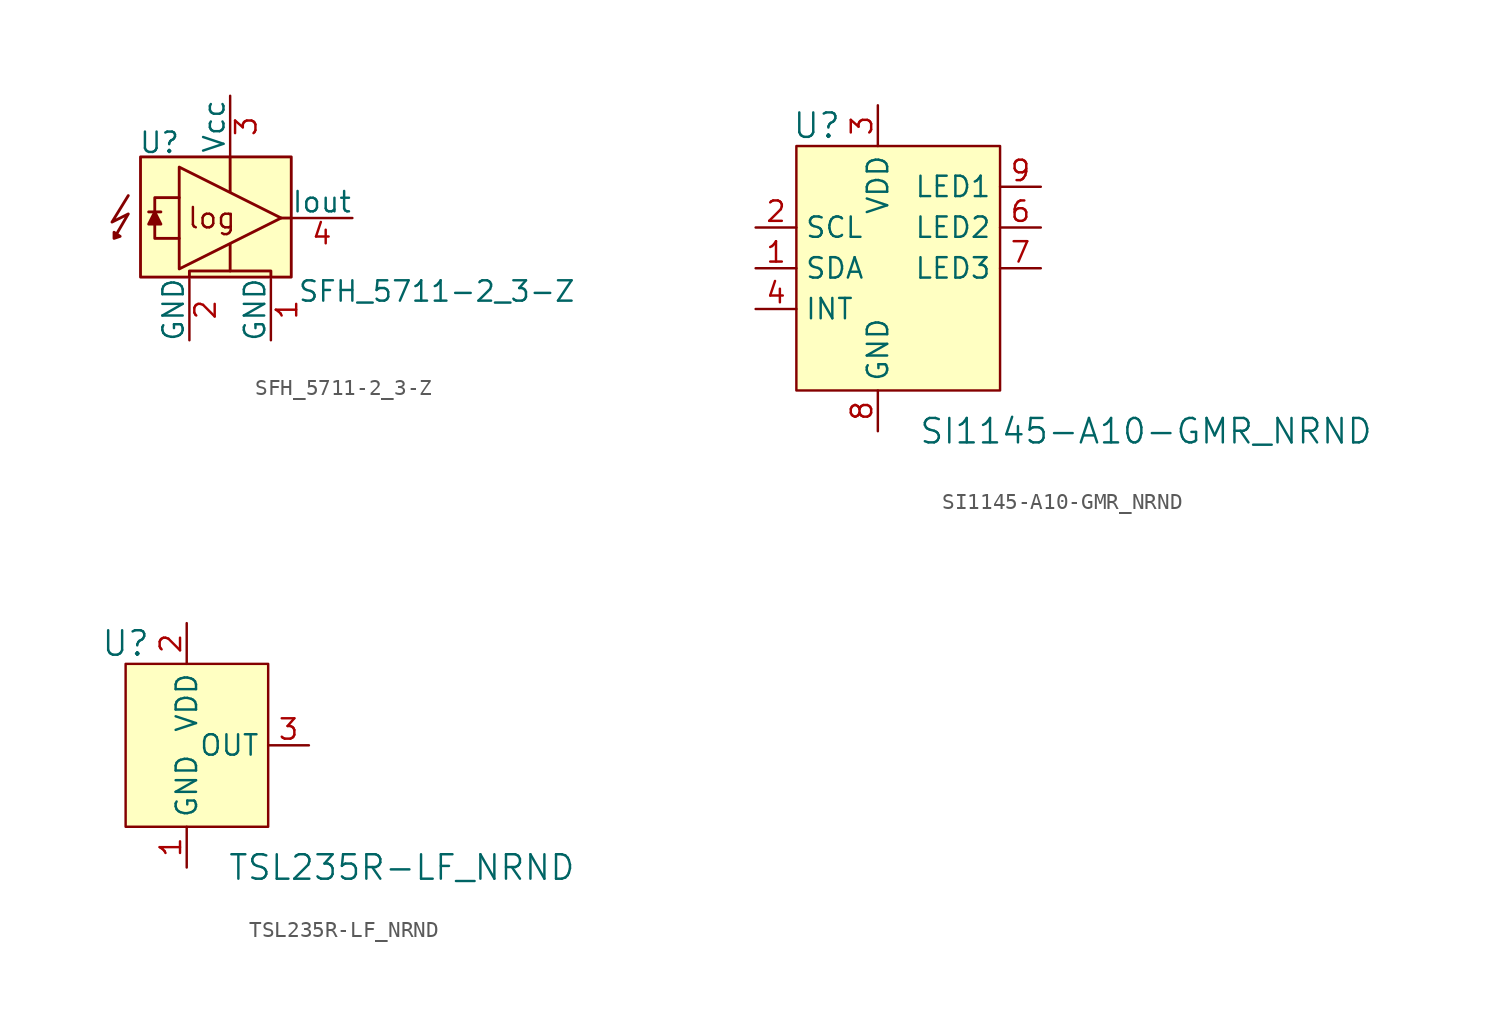
<source format=kicad_sym>
(kicad_symbol_lib
  (version 20220914)
  (generator kicad_symbol_editor)
  (symbol "SFH_5711-2_3-Z"
    (pin_names
      (offset 0))
    (property "Reference" "U"
      (at -5.715 4.699 0)
      (effects (font (size 1.27 1.27)) (justify left)))
    (property "Value" "SFH_5711-2_3-Z"
      (at 4.191 -4.572 0)
      (effects (font (size 1.27 1.27)) (justify left)))
    (symbol "SFH_5711-2_3-Z_0_0"
      (rectangle (start -5.588 3.81) (end 3.81 -3.683) (stroke (width 0.178) (type default)) (fill (type background)))
      (polyline (pts (xy -5.08 0.381) (xy -4.318 0.381)) (stroke (width 0.178) (type default)) (fill (type none)))
      (polyline (pts (xy 0 -1.651) (xy 0 -3.302)) (stroke (width 0.178) (type default)) (fill (type none)))
      (polyline (pts (xy 0 3.81) (xy 0 1.651)) (stroke (width 0.178) (type default)) (fill (type none)))
      (polyline (pts (xy 3.175 0) (xy 3.81 0)) (stroke (width 0.178) (type default)) (fill (type none)))
      (polyline (pts (xy -4.699 -0.381) (xy -4.699 -1.27) (xy -3.175 -1.27)) (stroke (width 0.178) (type default)) (fill (type none)))
      (polyline (pts (xy -4.699 0.381) (xy -4.699 1.27) (xy -3.175 1.27)) (stroke (width 0.178) (type default)) (fill (type none)))
      (polyline (pts (xy -4.699 0.381) (xy -5.08 -0.381) (xy -4.318 -0.381) (xy -4.699 0.381)) (stroke (width 0.178) (type default)) (fill (type outline)))
      (polyline (pts (xy -2.54 -3.683) (xy -2.54 -3.302) (xy 2.54 -3.302) (xy 2.54 -3.683)) (stroke (width 0.178) (type default)) (fill (type none)))
      (polyline (pts (xy 3.175 0) (xy -3.175 3.175) (xy -3.175 -3.175) (xy 3.175 0)) (stroke (width 0.178) (type default)) (fill (type none)))
      (polyline (pts (xy -6.35 1.397) (xy -7.366 -0.254) (xy -6.35 0.254) (xy -7.239 -1.27) (xy -7.239 -0.889) (xy -6.858 -1.143) (xy -7.239 -1.27)) (stroke (width 0.178) (type default)) (fill (type none)))
      (text "log" (at -1.143 0 0) (effects (font (size 1.27 1.27)))))
    (symbol "SFH_5711-2_3-Z_1_1"
      (pin power_in line (at 2.54 -7.62 90) (length 3.81) (name "GND" (effects (font (size 1.27 1.27)))) (number "1" (effects (font (size 1.27 1.27)))))
      (pin power_in line (at -2.54 -7.62 90) (length 3.81) (name "GND" (effects (font (size 1.27 1.27)))) (number "2" (effects (font (size 1.27 1.27)))))
      (pin power_in line (at 0 7.62 270) (length 3.81) (name "Vcc" (effects (font (size 1.27 1.27)))) (number "3" (effects (font (size 1.27 1.27)))))
      (pin output line (at 7.62 0 180) (length 3.81) (name "Iout" (effects (font (size 1.27 1.27)))) (number "4" (effects (font (size 1.27 1.27)))))))
  (symbol "SI1145-A10-GMR_NRND"
    (property "Reference" "U"
      (at -3.81 8.89 0)
      (effects (font (size 1.524 1.524))))
    (property "Value" "SI1145-A10-GMR_NRND"
      (at 2.54 -10.16 0)
      (effects (font (size 1.524 1.524)) (justify left)))
    (symbol "SI1145-A10-GMR_NRND_1_1"
      (rectangle (start -5.08 7.62) (end 7.62 -7.62) (stroke (width 0) (type default)) (fill (type background)))
      (pin bidirectional line (at -7.62 0 0) (length 2.54) (name "SDA" (effects (font (size 1.27 1.27)))) (number "1" (effects (font (size 1.27 1.27)))))
      (pin no_connect line (at 7.62 -5.08 180) (length 2.54) hide (name "DNC" (effects (font (size 1.27 1.27)))) (number "10" (effects (font (size 1.27 1.27)))))
      (pin input line (at -7.62 2.54 0) (length 2.54) (name "SCL" (effects (font (size 1.27 1.27)))) (number "2" (effects (font (size 1.27 1.27)))))
      (pin power_in line (at 0 10.16 270) (length 2.54) (name "VDD" (effects (font (size 1.27 1.27)))) (number "3" (effects (font (size 1.27 1.27)))))
      (pin bidirectional line (at -7.62 -2.54 0) (length 2.54) (name "INT" (effects (font (size 1.27 1.27)))) (number "4" (effects (font (size 1.27 1.27)))))
      (pin no_connect line (at 7.62 -2.54 180) (length 2.54) hide (name "DNC" (effects (font (size 1.27 1.27)))) (number "5" (effects (font (size 1.27 1.27)))))
      (pin output line (at 10.16 2.54 180) (length 2.54) (name "LED2" (effects (font (size 1.27 1.27)))) (number "6" (effects (font (size 1.27 1.27)))))
      (pin output line (at 10.16 0 180) (length 2.54) (name "LED3" (effects (font (size 1.27 1.27)))) (number "7" (effects (font (size 1.27 1.27)))))
      (pin power_in line (at 0 -10.16 90) (length 2.54) (name "GND" (effects (font (size 1.27 1.27)))) (number "8" (effects (font (size 1.27 1.27)))))
      (pin output line (at 10.16 5.08 180) (length 2.54) (name "LED1" (effects (font (size 1.27 1.27)))) (number "9" (effects (font (size 1.27 1.27)))))))
  (symbol "TSL235R-LF_NRND"
    (property "Reference" "U"
      (at -3.81 6.35 0)
      (effects (font (size 1.524 1.524))))
    (property "Value" "TSL235R-LF_NRND"
      (at 2.54 -7.62 0)
      (effects (font (size 1.524 1.524)) (justify left)))
    (symbol "TSL235R-LF_NRND_1_1"
      (rectangle (start 5.08 5.08) (end -3.81 -5.08) (stroke (width 0) (type default)) (fill (type background)))
      (pin power_in line (at 0 -7.62 90) (length 2.54) (name "GND" (effects (font (size 1.27 1.27)))) (number "1" (effects (font (size 1.27 1.27)))))
      (pin power_in line (at 0 7.62 270) (length 2.54) (name "VDD" (effects (font (size 1.27 1.27)))) (number "2" (effects (font (size 1.27 1.27)))))
      (pin output line (at 7.62 0 180) (length 2.54) (name "OUT" (effects (font (size 1.27 1.27)))) (number "3" (effects (font (size 1.27 1.27))))))))
</source>
